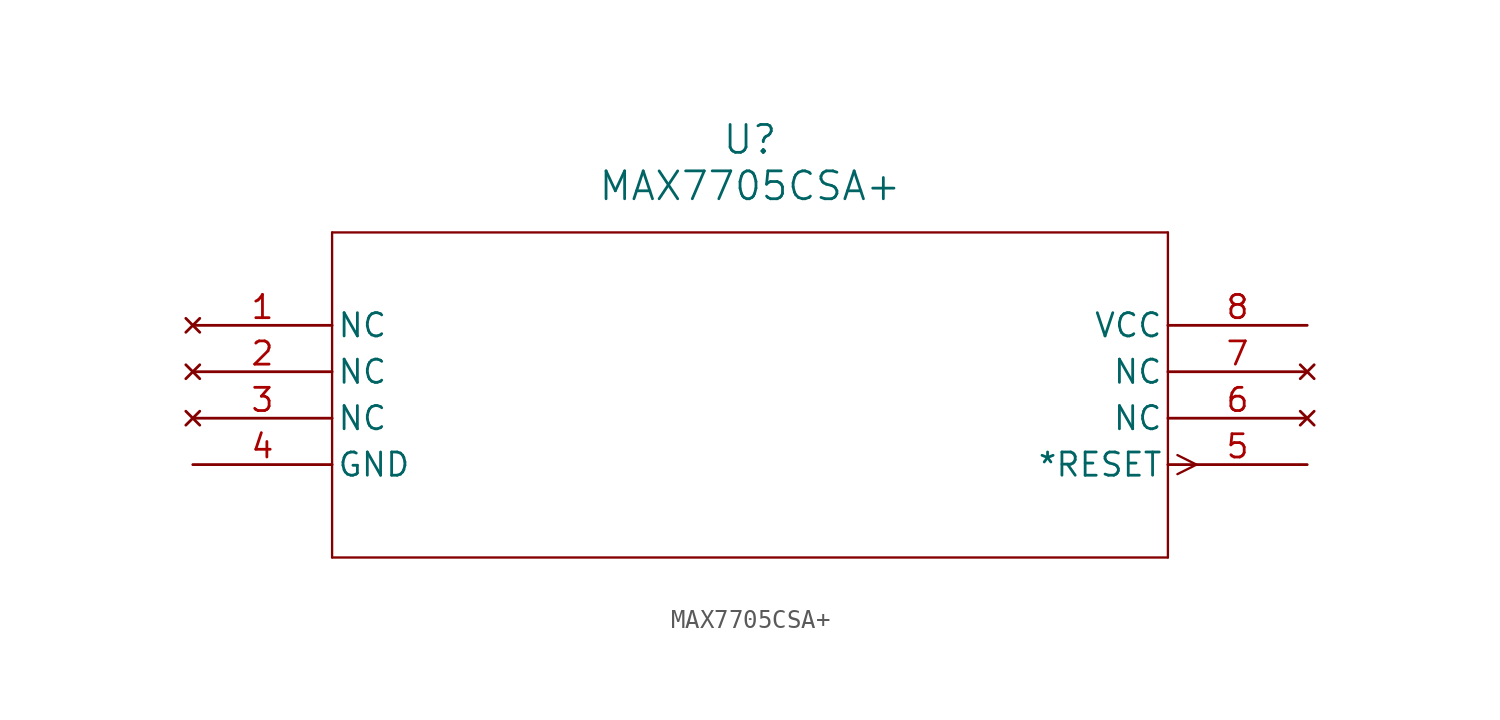
<source format=kicad_sym>
(kicad_symbol_lib
  (version 20211014)
  (generator kicad_symbol_editor)
  (symbol "MAX7705CSA+"
    (pin_names
      (offset 0.254))
    (property "Reference" "U"
      (at 30.48 10.16 0)
      (effects (font (size 1.524 1.524))))
    (property "Value" "MAX7705CSA+"
      (at 30.48 7.62 0)
      (effects (font (size 1.524 1.524))))
    (symbol "MAX7705CSA+_0_1"
      (polyline (pts (xy 53.861 -7.099) (xy 54.902 -7.62)) (stroke (width 0.127) (type default) (color 0 0 0 0)) (fill (type none)))
      (polyline (pts (xy 53.861 -8.141) (xy 54.902 -7.62)) (stroke (width 0.127) (type default) (color 0 0 0 0)) (fill (type none)))
      (polyline (pts (xy 7.62 5.08) (xy 7.62 -12.7)) (stroke (width 0.127) (type default) (color 0 0 0 0)) (fill (type none)))
      (polyline (pts (xy 7.62 -12.7) (xy 53.34 -12.7)) (stroke (width 0.127) (type default) (color 0 0 0 0)) (fill (type none)))
      (polyline (pts (xy 53.34 -12.7) (xy 53.34 5.08)) (stroke (width 0.127) (type default) (color 0 0 0 0)) (fill (type none)))
      (polyline (pts (xy 53.34 5.08) (xy 7.62 5.08)) (stroke (width 0.127) (type default) (color 0 0 0 0)) (fill (type none)))
      (pin no_connect line (at 0 0 0) (length 7.62) (name "NC" (effects (font (size 1.27 1.27)))) (number "1" (effects (font (size 1.27 1.27)))))
      (pin no_connect line (at 0 -2.54 0) (length 7.62) (name "NC" (effects (font (size 1.27 1.27)))) (number "2" (effects (font (size 1.27 1.27)))))
      (pin no_connect line (at 0 -5.08 0) (length 7.62) (name "NC" (effects (font (size 1.27 1.27)))) (number "3" (effects (font (size 1.27 1.27)))))
      (pin power_in line (at 0 -7.62 0) (length 7.62) (name "GND" (effects (font (size 1.27 1.27)))) (number "4" (effects (font (size 1.27 1.27)))))
      (pin output line (at 60.96 -7.62 180) (length 7.62) (name "*RESET" (effects (font (size 1.27 1.27)))) (number "5" (effects (font (size 1.27 1.27)))))
      (pin no_connect line (at 60.96 -5.08 180) (length 7.62) (name "NC" (effects (font (size 1.27 1.27)))) (number "6" (effects (font (size 1.27 1.27)))))
      (pin no_connect line (at 60.96 -2.54 180) (length 7.62) (name "NC" (effects (font (size 1.27 1.27)))) (number "7" (effects (font (size 1.27 1.27)))))
      (pin power_in line (at 60.96 0 180) (length 7.62) (name "VCC" (effects (font (size 1.27 1.27)))) (number "8" (effects (font (size 1.27 1.27))))))))
</source>
